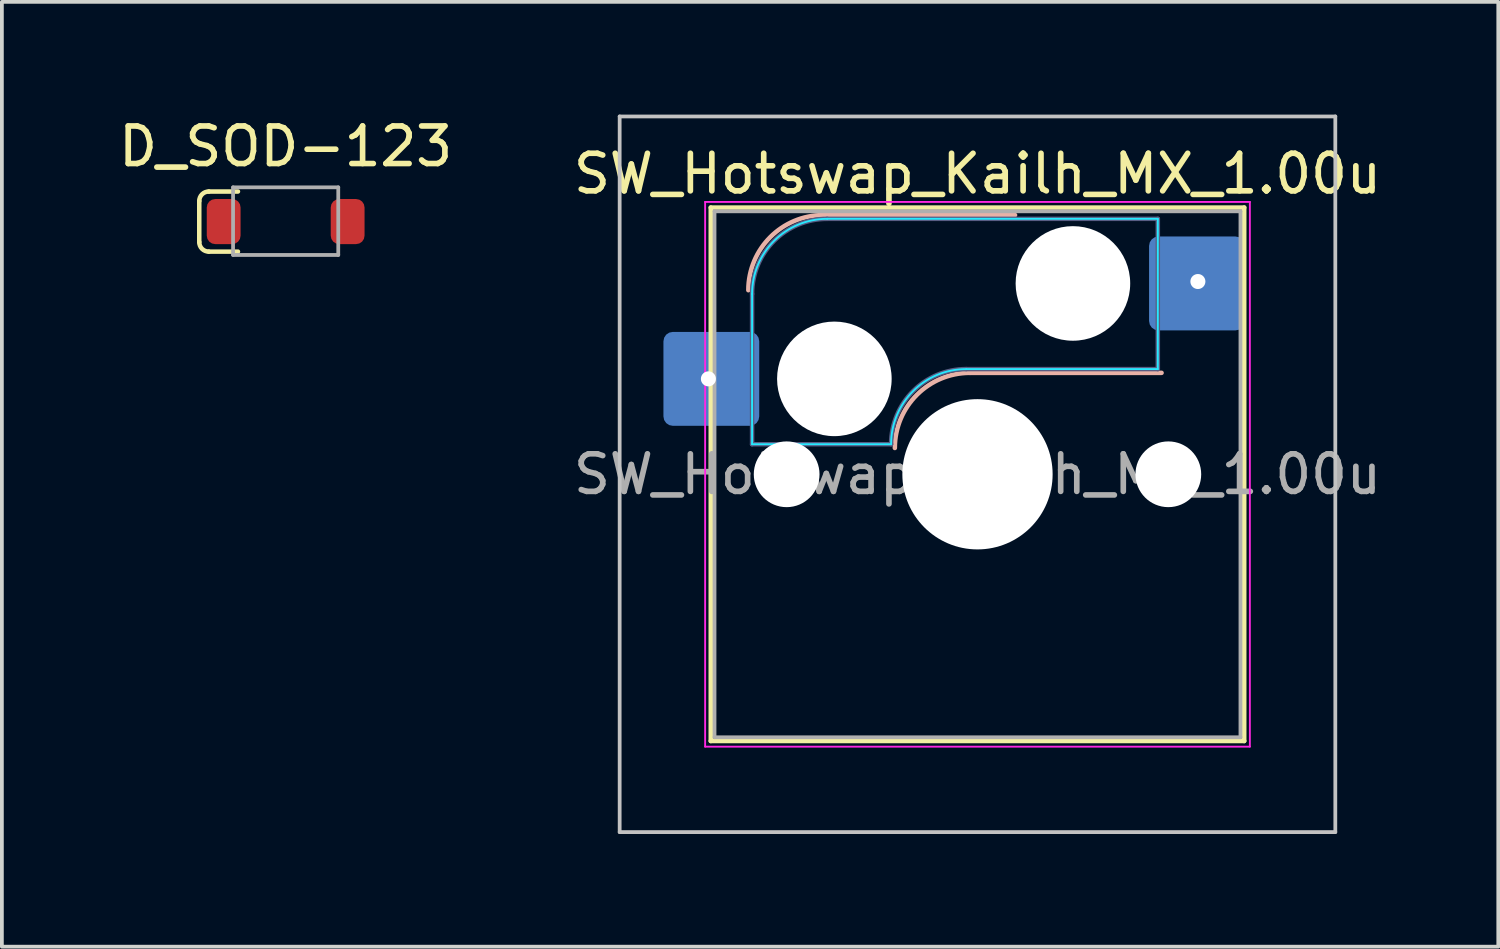
<source format=kicad_pcb>
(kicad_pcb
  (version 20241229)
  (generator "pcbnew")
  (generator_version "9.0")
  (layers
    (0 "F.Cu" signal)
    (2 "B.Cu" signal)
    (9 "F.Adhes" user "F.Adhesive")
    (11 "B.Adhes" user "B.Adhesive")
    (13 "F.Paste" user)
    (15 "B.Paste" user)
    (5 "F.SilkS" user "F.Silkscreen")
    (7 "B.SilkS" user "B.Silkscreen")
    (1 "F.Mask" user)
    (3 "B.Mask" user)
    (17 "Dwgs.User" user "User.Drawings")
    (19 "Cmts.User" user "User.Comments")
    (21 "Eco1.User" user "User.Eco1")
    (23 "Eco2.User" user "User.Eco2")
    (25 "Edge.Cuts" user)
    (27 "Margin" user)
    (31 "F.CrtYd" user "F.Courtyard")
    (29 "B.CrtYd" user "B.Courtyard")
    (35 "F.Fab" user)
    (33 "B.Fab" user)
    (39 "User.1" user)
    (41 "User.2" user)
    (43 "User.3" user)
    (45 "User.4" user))
  (footprint "SW_Hotswap_Kailh_MX_1.00u"
    (layer "F.Cu")
    (at 22.97 9.575)
    (property "Reference" "SW_Hotswap_Kailh_MX_1.00u" (at 0 -8 0) (layer "F.SilkS") (effects (font (size 1 1) (thickness 0.15))))
    (attr smd)
    (fp_line (start -7.1 -7.1) (end -7.1 7.1) (stroke (width 0.12) (type solid)) (layer "F.SilkS"))
    (fp_line (start -7.1 7.1) (end 7.1 7.1) (stroke (width 0.12) (type solid)) (layer "F.SilkS"))
    (fp_line (start 7.1 -7.1) (end -7.1 -7.1) (stroke (width 0.12) (type solid)) (layer "F.SilkS"))
    (fp_line (start 7.1 7.1) (end 7.1 -7.1) (stroke (width 0.12) (type solid)) (layer "F.SilkS"))
    (fp_line (start -4.1 -6.9) (end 1 -6.9) (stroke (width 0.12) (type solid)) (layer "B.SilkS"))
    (fp_line (start -0.2 -2.7) (end 4.9 -2.7) (stroke (width 0.12) (type solid)) (layer "B.SilkS"))
    (fp_arc (start -6.1 -4.9) (mid -5.514214 -6.314214) (end -4.1 -6.9) (stroke (width 0.12) (type solid)) (layer "B.SilkS"))
    (fp_arc (start -2.2 -0.7) (mid -1.614214 -2.114214) (end -0.2 -2.7) (stroke (width 0.12) (type solid)) (layer "B.SilkS"))
    (fp_line (start -9.525 -9.525) (end -9.525 9.525) (stroke (width 0.1) (type solid)) (layer "Dwgs.User"))
    (fp_line (start -9.525 9.525) (end 9.525 9.525) (stroke (width 0.1) (type solid)) (layer "Dwgs.User"))
    (fp_line (start 9.525 -9.525) (end -9.525 -9.525) (stroke (width 0.1) (type solid)) (layer "Dwgs.User"))
    (fp_line (start 9.525 9.525) (end 9.525 -9.525) (stroke (width 0.1) (type solid)) (layer "Dwgs.User"))
    (fp_line (start -7.8 -6) (end -7 -6) (stroke (width 0.1) (type solid)) (layer "Eco1.User"))
    (fp_line (start -7.8 -2.9) (end -7.8 -6) (stroke (width 0.1) (type solid)) (layer "Eco1.User"))
    (fp_line (start -7.8 2.9) (end -7 2.9) (stroke (width 0.1) (type solid)) (layer "Eco1.User"))
    (fp_line (start -7.8 6) (end -7.8 2.9) (stroke (width 0.1) (type solid)) (layer "Eco1.User"))
    (fp_line (start -7 -7) (end 7 -7) (stroke (width 0.1) (type solid)) (layer "Eco1.User"))
    (fp_line (start -7 -6) (end -7 -7) (stroke (width 0.1) (type solid)) (layer "Eco1.User"))
    (fp_line (start -7 -2.9) (end -7.8 -2.9) (stroke (width 0.1) (type solid)) (layer "Eco1.User"))
    (fp_line (start -7 2.9) (end -7 -2.9) (stroke (width 0.1) (type solid)) (layer "Eco1.User"))
    (fp_line (start -7 6) (end -7.8 6) (stroke (width 0.1) (type solid)) (layer "Eco1.User"))
    (fp_line (start -7 7) (end -7 6) (stroke (width 0.1) (type solid)) (layer "Eco1.User"))
    (fp_line (start 7 -7) (end 7 -6) (stroke (width 0.1) (type solid)) (layer "Eco1.User"))
    (fp_line (start 7 -6) (end 7.8 -6) (stroke (width 0.1) (type solid)) (layer "Eco1.User"))
    (fp_line (start 7 -2.9) (end 7 2.9) (stroke (width 0.1) (type solid)) (layer "Eco1.User"))
    (fp_line (start 7 2.9) (end 7.8 2.9) (stroke (width 0.1) (type solid)) (layer "Eco1.User"))
    (fp_line (start 7 6) (end 7 7) (stroke (width 0.1) (type solid)) (layer "Eco1.User"))
    (fp_line (start 7 7) (end -7 7) (stroke (width 0.1) (type solid)) (layer "Eco1.User"))
    (fp_line (start 7.8 -6) (end 7.8 -2.9) (stroke (width 0.1) (type solid)) (layer "Eco1.User"))
    (fp_line (start 7.8 -2.9) (end 7 -2.9) (stroke (width 0.1) (type solid)) (layer "Eco1.User"))
    (fp_line (start 7.8 2.9) (end 7.8 6) (stroke (width 0.1) (type solid)) (layer "Eco1.User"))
    (fp_line (start 7.8 6) (end 7 6) (stroke (width 0.1) (type solid)) (layer "Eco1.User"))
    (fp_line (start -6 -0.8) (end -6 -4.8) (stroke (width 0.05) (type solid)) (layer "B.CrtYd"))
    (fp_line (start -6 -0.8) (end -2.3 -0.8) (stroke (width 0.05) (type solid)) (layer "B.CrtYd"))
    (fp_line (start -4 -6.8) (end 4.8 -6.8) (stroke (width 0.05) (type solid)) (layer "B.CrtYd"))
    (fp_line (start -0.3 -2.8) (end 4.8 -2.8) (stroke (width 0.05) (type solid)) (layer "B.CrtYd"))
    (fp_line (start 4.8 -6.8) (end 4.8 -2.8) (stroke (width 0.05) (type solid)) (layer "B.CrtYd"))
    (fp_arc (start -6 -4.8) (mid -5.414214 -6.214214) (end -4 -6.8) (stroke (width 0.05) (type solid)) (layer "B.CrtYd"))
    (fp_arc (start -2.3 -0.8) (mid -1.714214 -2.214214) (end -0.3 -2.8) (stroke (width 0.05) (type solid)) (layer "B.CrtYd"))
    (fp_line (start -7.25 -7.25) (end -7.25 7.25) (stroke (width 0.05) (type solid)) (layer "F.CrtYd"))
    (fp_line (start -7.25 7.25) (end 7.25 7.25) (stroke (width 0.05) (type solid)) (layer "F.CrtYd"))
    (fp_line (start 7.25 -7.25) (end -7.25 -7.25) (stroke (width 0.05) (type solid)) (layer "F.CrtYd"))
    (fp_line (start 7.25 7.25) (end 7.25 -7.25) (stroke (width 0.05) (type solid)) (layer "F.CrtYd"))
    (fp_line (start -6 -0.8) (end -6 -4.8) (stroke (width 0.12) (type solid)) (layer "B.Fab"))
    (fp_line (start -6 -0.8) (end -2.3 -0.8) (stroke (width 0.12) (type solid)) (layer "B.Fab"))
    (fp_line (start -4 -6.8) (end 4.8 -6.8) (stroke (width 0.12) (type solid)) (layer "B.Fab"))
    (fp_line (start -0.3 -2.8) (end 4.8 -2.8) (stroke (width 0.12) (type solid)) (layer "B.Fab"))
    (fp_line (start 4.8 -6.8) (end 4.8 -2.8) (stroke (width 0.12) (type solid)) (layer "B.Fab"))
    (fp_arc (start -6 -4.8) (mid -5.414214 -6.214214) (end -4 -6.8) (stroke (width 0.12) (type solid)) (layer "B.Fab"))
    (fp_arc (start -2.3 -0.8) (mid -1.714214 -2.214214) (end -0.3 -2.8) (stroke (width 0.12) (type solid)) (layer "B.Fab"))
    (fp_line (start -7 -7) (end -7 7) (stroke (width 0.1) (type solid)) (layer "F.Fab"))
    (fp_line (start -7 7) (end 7 7) (stroke (width 0.1) (type solid)) (layer "F.Fab"))
    (fp_line (start 7 -7) (end -7 -7) (stroke (width 0.1) (type solid)) (layer "F.Fab"))
    (fp_line (start 7 7) (end 7 -7) (stroke (width 0.1) (type solid)) (layer "F.Fab"))
    (fp_text user "${REFERENCE}" (at 0 0 0) (layer "F.Fab") (effects (font (size 1 1) (thickness 0.15))))
    (pad "" np_thru_hole circle (at -5.08 0) (size 1.75 1.75) (drill 1.75) (layers "*.Cu" "*.Mask"))
    (pad "" np_thru_hole circle (at -3.81 -2.54) (size 3.05 3.05) (drill 3.05) (layers "*.Cu" "*.Mask"))
    (pad "" np_thru_hole circle (at 0 0) (size 4 4) (drill 4) (layers "*.Cu" "*.Mask"))
    (pad "" np_thru_hole circle (at 2.54 -5.08) (size 3.05 3.05) (drill 3.05) (layers "*.Cu" "*.Mask"))
    (pad "" np_thru_hole circle (at 5.08 0) (size 1.75 1.75) (drill 1.75) (layers "*.Cu" "*.Mask"))
    (pad "1" thru_hole circle (at -7.163 -2.54) (size 0.8 0.8) (drill 0.4) (layers "*.Cu" "B.Mask"))
    (pad "1" smd roundrect (at -7.085 -2.54) (size 2.55 2.5) (layers "B.Cu" "B.Mask" "B.Paste") (roundrect_rratio 0.1))
    (pad "2" smd roundrect (at 5.842 -5.08) (size 2.55 2.5) (layers "B.Cu" "B.Mask" "B.Paste") (roundrect_rratio 0.1))
    (pad "2" thru_hole circle (at 5.867 -5.131) (size 0.8 0.8) (drill 0.4) (layers "*.Cu" "B.Mask")))
  (footprint "D_SOD-123"
    (layer "F.Cu")
    (at 4.554 2.848)
    (property "Reference" "D_SOD-123" (at 0 -2 0) (layer "F.SilkS") (effects (font (size 1 1) (thickness 0.15))))
    (attr smd)
    (fp_line (start -2.3 -0.546) (end -2.3 0.546) (stroke (width 0.12) (type solid)) (layer "F.SilkS"))
    (fp_line (start -2.046 -0.8) (end -1.27 -0.8) (stroke (width 0.12) (type solid)) (layer "F.SilkS"))
    (fp_line (start -2.046 0.8) (end -1.27 0.8) (stroke (width 0.12) (type solid)) (layer "F.SilkS"))
    (fp_arc (start -2.3 -0.546) (mid -2.225605 -0.725605) (end -2.046 -0.8) (stroke (width 0.12) (type solid)) (layer "F.SilkS"))
    (fp_arc (start -2.046 0.8) (mid -2.225605 0.725605) (end -2.3 0.546) (stroke (width 0.12) (type solid)) (layer "F.SilkS"))
    (fp_line (start -1.4 -0.911) (end 1.4 -0.911) (stroke (width 0.1) (type solid)) (layer "F.Fab"))
    (fp_line (start -1.4 0.889) (end -1.4 -0.911) (stroke (width 0.1) (type solid)) (layer "F.Fab"))
    (fp_line (start 1.4 -0.911) (end 1.4 0.889) (stroke (width 0.1) (type solid)) (layer "F.Fab"))
    (fp_line (start 1.4 0.889) (end -1.4 0.889) (stroke (width 0.1) (type solid)) (layer "F.Fab"))
    (pad "1" smd roundrect (at -1.65 0) (size 0.9 1.2) (layers "F.Cu" "F.Mask" "F.Paste") (roundrect_rratio 0.25))
    (pad "2" smd roundrect (at 1.65 0) (size 0.9 1.2) (layers "F.Cu" "F.Mask" "F.Paste") (roundrect_rratio 0.25)))
  (gr_rect
    (start -3 -3)
    (end 36.833 22.15)
    (stroke (width 0.1) (type default))
    (fill no)
    (layer "Edge.Cuts")))
</source>
